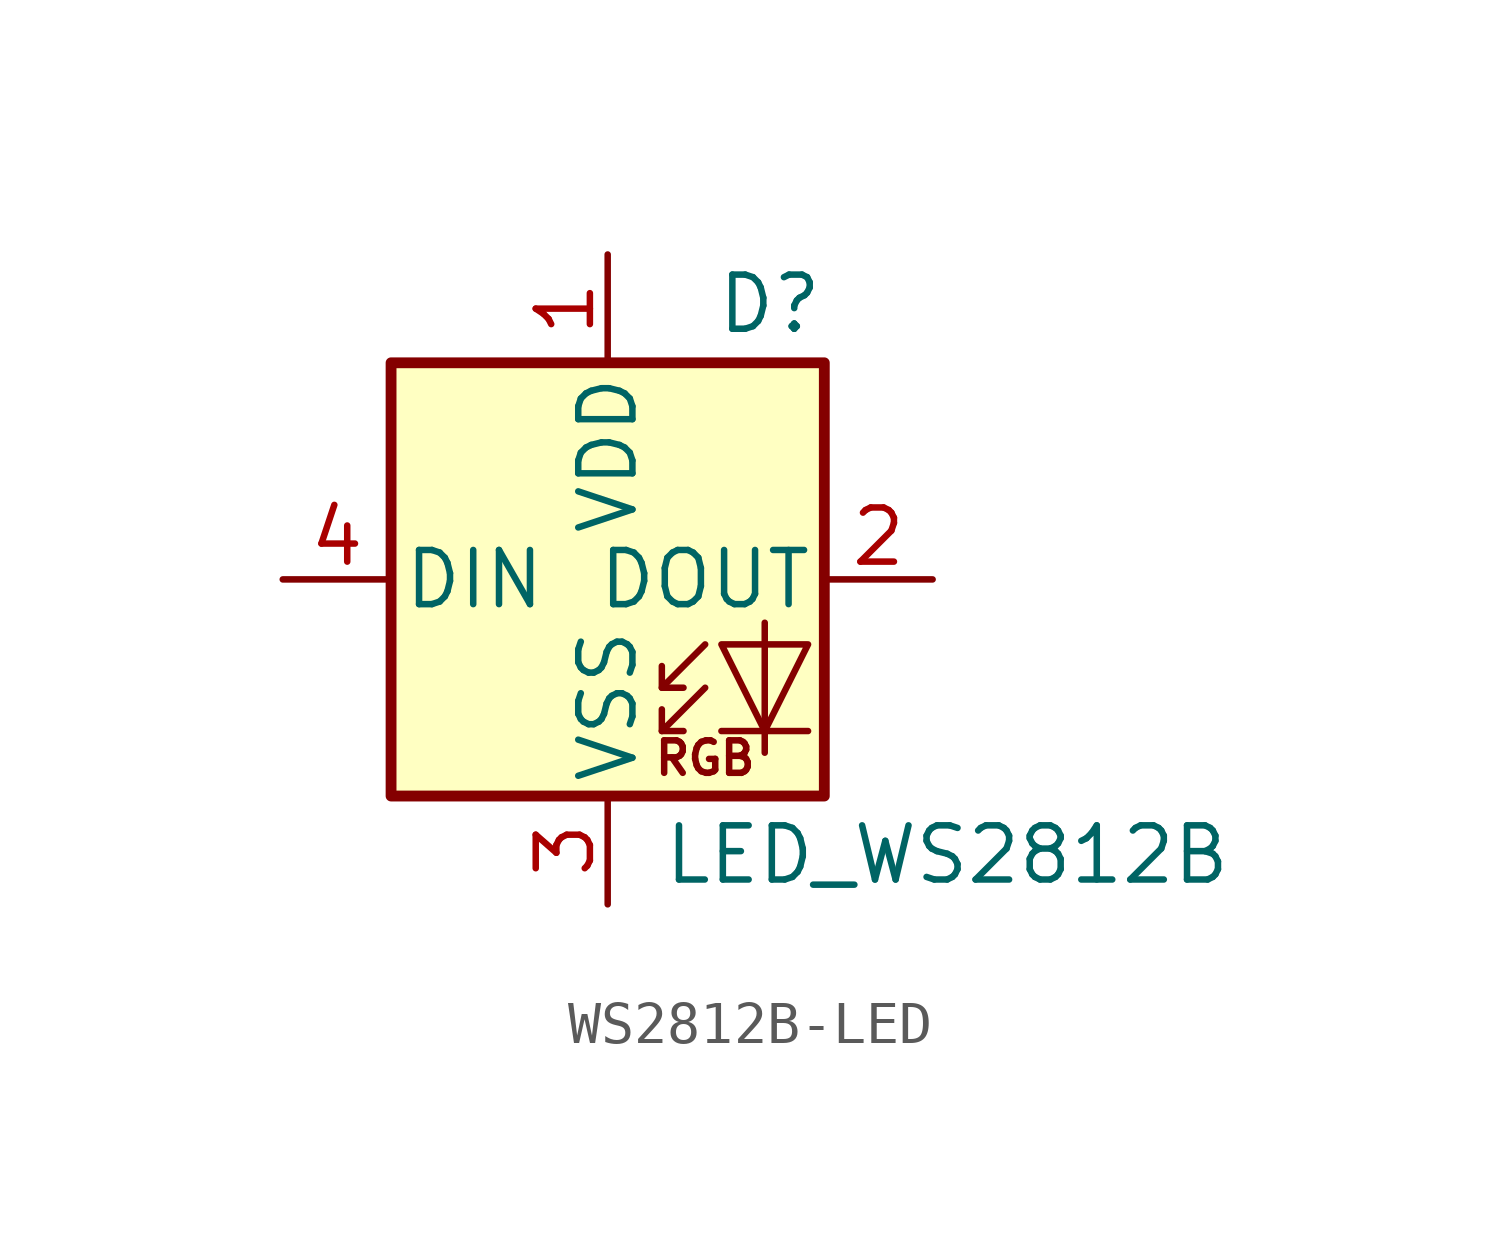
<source format=kicad_sym>
(kicad_symbol_lib
  (version 20220914)
  (generator kicad_symbol_editor)
  (symbol "WS2812B-LED"
    (pin_names
      (offset 0.254))
    (property "Reference" "D"
      (at 5.08 5.715 0)
      (effects (font (size 1.27 1.27)) (justify right bottom)))
    (property "Value" "LED_WS2812B"
      (at 1.27 -5.715 0)
      (effects (font (size 1.27 1.27)) (justify left top)))
    (symbol "WS2812B-LED_0_0"
      (text "RGB" (at 2.286 -4.191 0) (effects (font (size 0.762 0.762)))))
    (symbol "WS2812B-LED_0_1"
      (polyline (pts (xy 1.27 -3.556) (xy 1.778 -3.556)) (stroke (width 0) (type solid)) (fill (type none)))
      (polyline (pts (xy 1.27 -2.54) (xy 1.778 -2.54)) (stroke (width 0) (type solid)) (fill (type none)))
      (polyline (pts (xy 4.699 -3.556) (xy 2.667 -3.556)) (stroke (width 0) (type solid)) (fill (type none)))
      (polyline (pts (xy 2.286 -2.54) (xy 1.27 -3.556) (xy 1.27 -3.048)) (stroke (width 0) (type solid)) (fill (type none)))
      (polyline (pts (xy 2.286 -1.524) (xy 1.27 -2.54) (xy 1.27 -2.032)) (stroke (width 0) (type solid)) (fill (type none)))
      (polyline (pts (xy 3.683 -1.016) (xy 3.683 -3.556) (xy 3.683 -4.064)) (stroke (width 0) (type solid)) (fill (type none)))
      (polyline (pts (xy 4.699 -1.524) (xy 2.667 -1.524) (xy 3.683 -3.556) (xy 4.699 -1.524)) (stroke (width 0) (type solid)) (fill (type none)))
      (rectangle (start 5.08 5.08) (end -5.08 -5.08) (stroke (width 0.254) (type solid)) (fill (type background))))
    (symbol "WS2812B-LED_1_1"
      (pin power_in line (at 0 7.62 270) (length 2.54) (name "VDD" (effects (font (size 1.27 1.27)))) (number "1" (effects (font (size 1.27 1.27)))))
      (pin output line (at 7.62 0 180) (length 2.54) (name "DOUT" (effects (font (size 1.27 1.27)))) (number "2" (effects (font (size 1.27 1.27)))))
      (pin power_in line (at 0 -7.62 90) (length 2.54) (name "VSS" (effects (font (size 1.27 1.27)))) (number "3" (effects (font (size 1.27 1.27)))))
      (pin input line (at -7.62 0 0) (length 2.54) (name "DIN" (effects (font (size 1.27 1.27)))) (number "4" (effects (font (size 1.27 1.27))))))))
</source>
